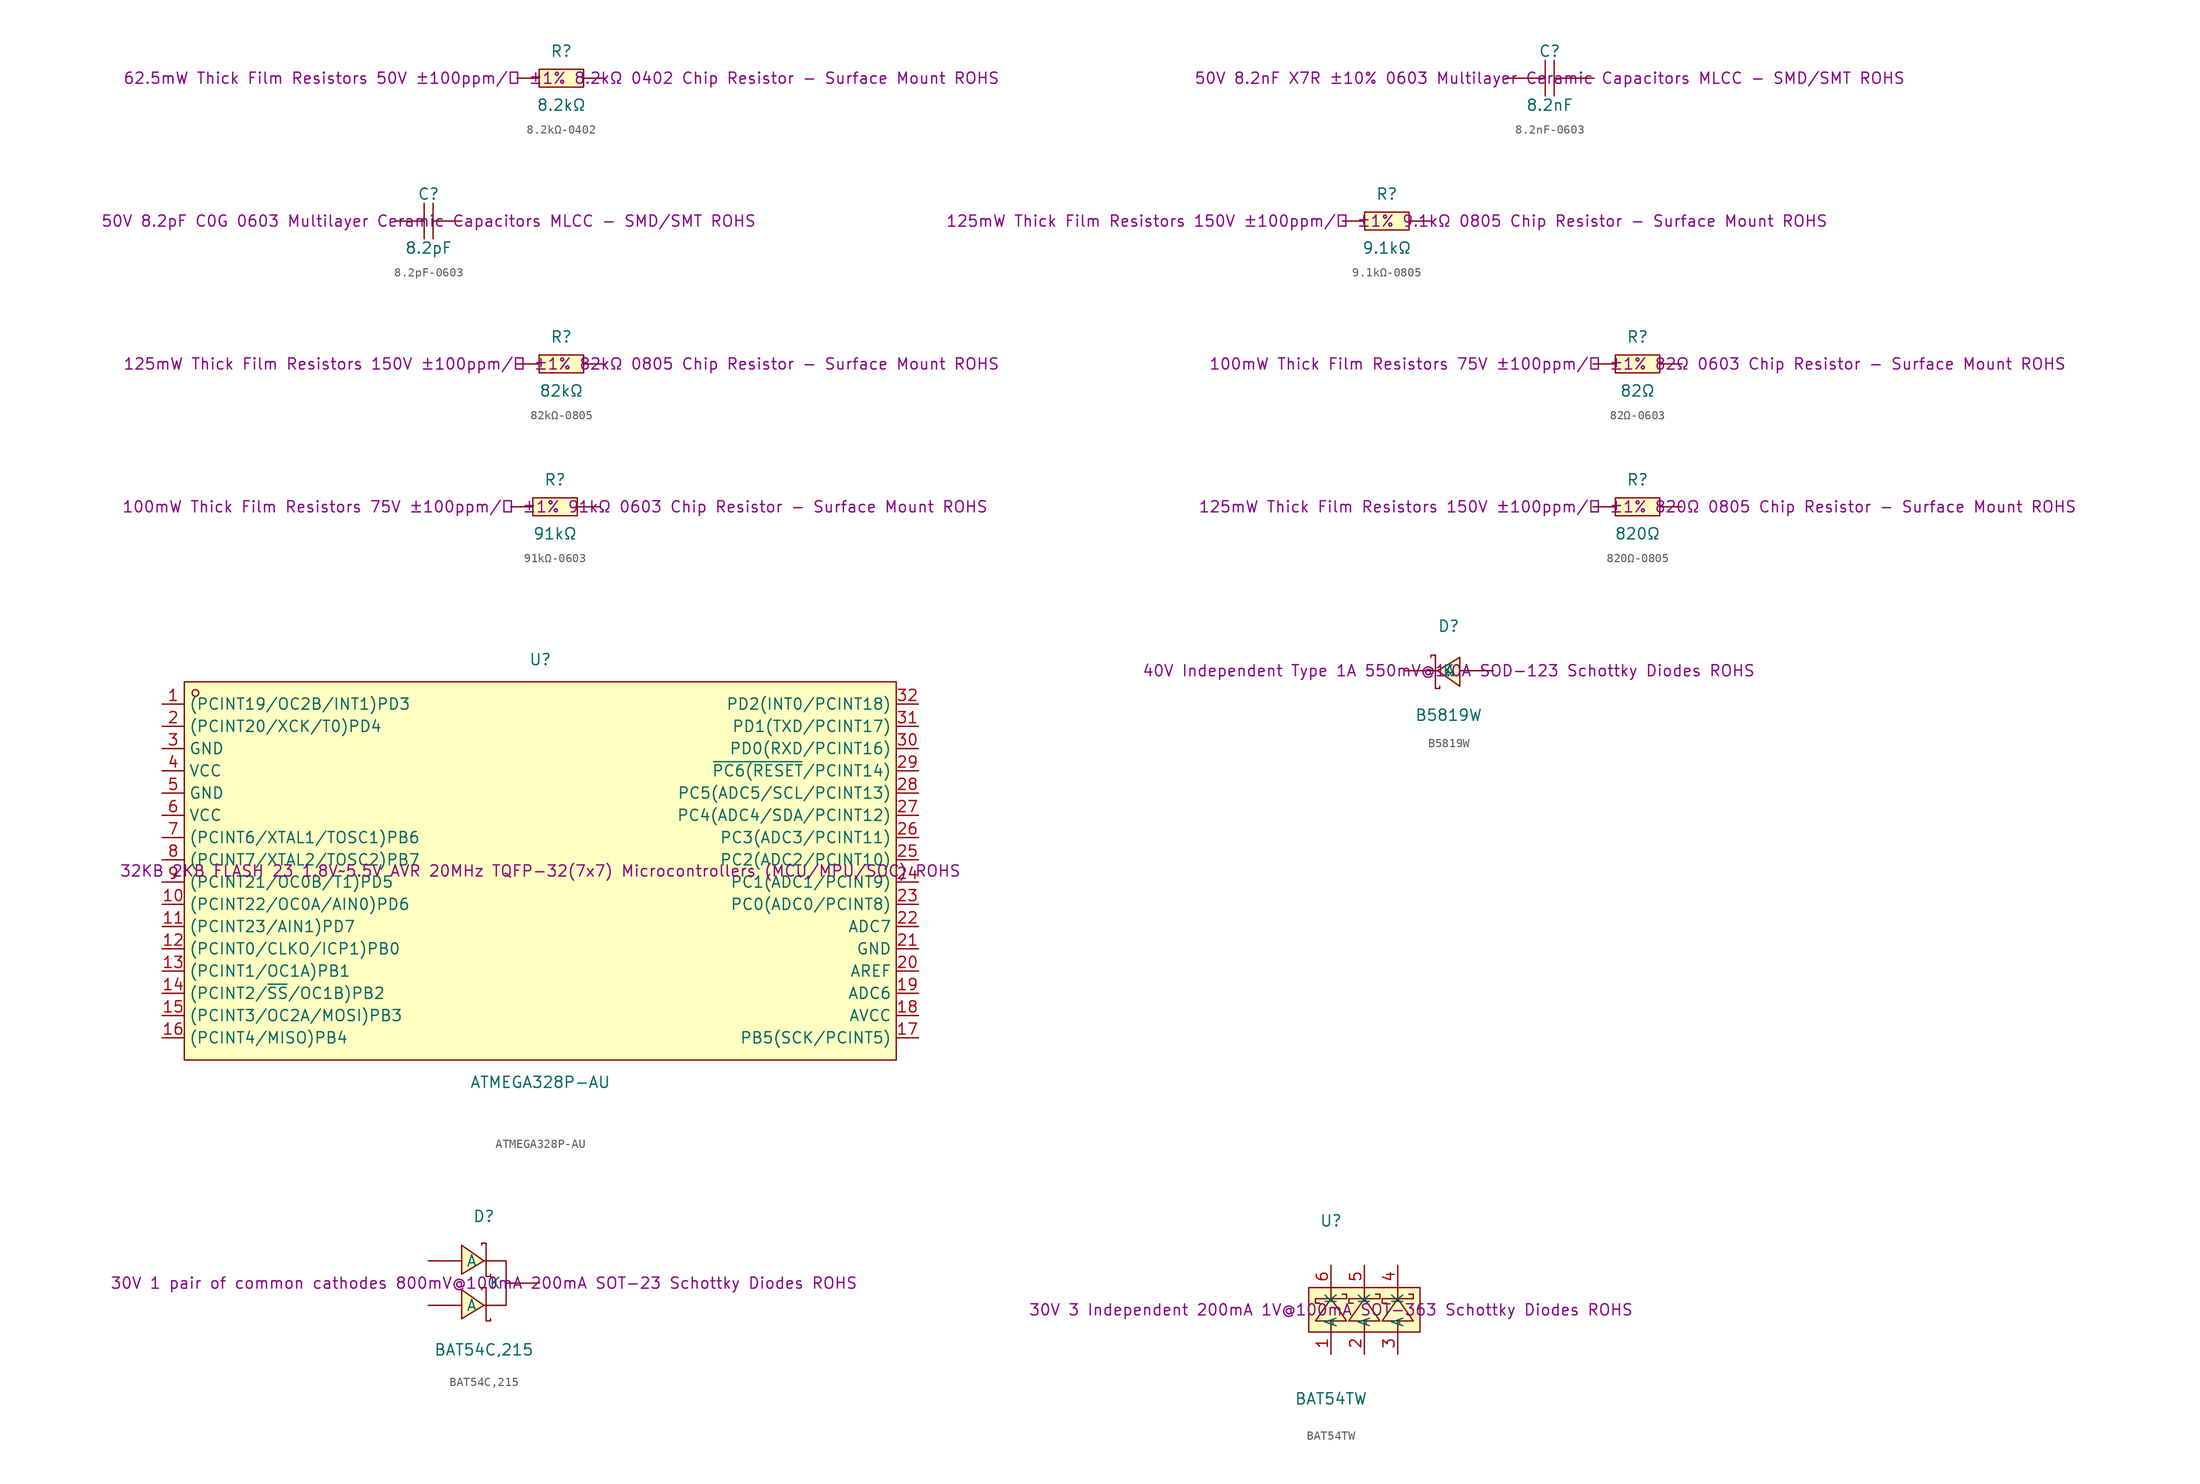
<source format=kicad_sym>
(kicad_symbol_lib
  (version 20241209)
  (generator "kicad_symbol_editor")
  (generator_version "9.0")
  (symbol "8.2kΩ-0402"
    (pin_numbers
      (hide yes))
    (pin_names
      (hide yes))
    (property "Reference" "R"
      (at 0 3.08 0)
      (effects (font (size 1.27 1.27))))
    (property "Value" "8.2kΩ"
      (at 0 -3.08 0)
      (effects (font (size 1.27 1.27))))
    (property "Description" "62.5mW Thick Film Resistors 50V ±100ppm/℃ ±1% 8.2kΩ 0402 Chip Resistor - Surface Mount ROHS"
      (at 0 0 0)
      (effects (font (size 1.27 1.27))))
    (symbol "8.2kΩ-0402_0_1"
      (rectangle (start -2.54 1.02) (end 2.54 -1.02) (stroke (width 0) (type default)) (fill (type background)))
      (pin input line (at -5.08 0 0) (length 2.54) (name "1" (effects (font (size 1.27 1.27)))) (number "1" (effects (font (size 1.27 1.27)))))
      (pin input line (at 5.08 0 180) (length 2.54) (name "2" (effects (font (size 1.27 1.27)))) (number "2" (effects (font (size 1.27 1.27)))))))
  (symbol "8.2nF-0603"
    (pin_numbers
      (hide yes))
    (pin_names
      (hide yes))
    (property "Reference" "C"
      (at 0 3.08 0)
      (effects (font (size 1.27 1.27))))
    (property "Value" "8.2nF"
      (at 0 -3.08 0)
      (effects (font (size 1.27 1.27))))
    (property "Description" "50V 8.2nF X7R ±10% 0603 Multilayer Ceramic Capacitors MLCC - SMD/SMT ROHS"
      (at 0 0 0)
      (effects (font (size 1.27 1.27))))
    (symbol "8.2nF-0603_0_1"
      (polyline (pts (xy -0.51 0) (xy -2.54 0)) (stroke (width 0) (type default)) (fill (type none)))
      (polyline (pts (xy -0.51 -2.03) (xy -0.51 2.03)) (stroke (width 0) (type default)) (fill (type none)))
      (polyline (pts (xy 0.51 2.03) (xy 0.51 -2.03)) (stroke (width 0) (type default)) (fill (type none)))
      (polyline (pts (xy 2.54 0) (xy 0.51 0)) (stroke (width 0) (type default)) (fill (type none)))
      (pin unspecified line (at -5.08 0 0) (length 2.54) (name "1" (effects (font (size 1.27 1.27)))) (number "1" (effects (font (size 1.27 1.27)))))
      (pin unspecified line (at 5.08 0 180) (length 2.54) (name "2" (effects (font (size 1.27 1.27)))) (number "2" (effects (font (size 1.27 1.27)))))))
  (symbol "8.2pF-0603"
    (pin_numbers
      (hide yes))
    (pin_names
      (hide yes))
    (property "Reference" "C"
      (at 0 3.08 0)
      (effects (font (size 1.27 1.27))))
    (property "Value" "8.2pF"
      (at 0 -3.08 0)
      (effects (font (size 1.27 1.27))))
    (property "Description" "50V 8.2pF C0G 0603 Multilayer Ceramic Capacitors MLCC - SMD/SMT ROHS"
      (at 0 0 0)
      (effects (font (size 1.27 1.27))))
    (symbol "8.2pF-0603_0_1"
      (polyline (pts (xy -1.27 0) (xy -0.51 0)) (stroke (width 0) (type default)) (fill (type none)))
      (polyline (pts (xy -0.51 2.03) (xy -0.51 -2.03)) (stroke (width 0) (type default)) (fill (type none)))
      (polyline (pts (xy 0.51 2.03) (xy 0.51 -2.03)) (stroke (width 0) (type default)) (fill (type none)))
      (polyline (pts (xy 0.51 0) (xy 1.27 0)) (stroke (width 0) (type default)) (fill (type none)))
      (pin input line (at -3.81 0 0) (length 2.54) (name "1" (effects (font (size 1.27 1.27)))) (number "1" (effects (font (size 1.27 1.27)))))
      (pin input line (at 3.81 0 180) (length 2.54) (name "2" (effects (font (size 1.27 1.27)))) (number "2" (effects (font (size 1.27 1.27)))))))
  (symbol "9.1kΩ-0805"
    (pin_numbers
      (hide yes))
    (pin_names
      (hide yes))
    (property "Reference" "R"
      (at 0 3.08 0)
      (effects (font (size 1.27 1.27))))
    (property "Value" "9.1kΩ"
      (at 0 -3.08 0)
      (effects (font (size 1.27 1.27))))
    (property "Description" "125mW Thick Film Resistors 150V ±100ppm/℃ ±1% 9.1kΩ 0805 Chip Resistor - Surface Mount ROHS"
      (at 0 0 0)
      (effects (font (size 1.27 1.27))))
    (symbol "9.1kΩ-0805_0_1"
      (rectangle (start -2.54 1.02) (end 2.54 -1.02) (stroke (width 0) (type default)) (fill (type background)))
      (pin input line (at -5.08 0 0) (length 2.54) (name "1" (effects (font (size 1.27 1.27)))) (number "1" (effects (font (size 1.27 1.27)))))
      (pin input line (at 5.08 0 180) (length 2.54) (name "2" (effects (font (size 1.27 1.27)))) (number "2" (effects (font (size 1.27 1.27)))))))
  (symbol "82kΩ-0805"
    (pin_numbers
      (hide yes))
    (pin_names
      (hide yes))
    (property "Reference" "R"
      (at 0 3.08 0)
      (effects (font (size 1.27 1.27))))
    (property "Value" "82kΩ"
      (at 0 -3.08 0)
      (effects (font (size 1.27 1.27))))
    (property "Description" "125mW Thick Film Resistors 150V ±100ppm/℃ ±1% 82kΩ 0805 Chip Resistor - Surface Mount ROHS"
      (at 0 0 0)
      (effects (font (size 1.27 1.27))))
    (symbol "82kΩ-0805_0_1"
      (rectangle (start -2.54 1.02) (end 2.54 -1.02) (stroke (width 0) (type default)) (fill (type background)))
      (pin input line (at -5.08 0 0) (length 2.54) (name "1" (effects (font (size 1.27 1.27)))) (number "1" (effects (font (size 1.27 1.27)))))
      (pin input line (at 5.08 0 180) (length 2.54) (name "2" (effects (font (size 1.27 1.27)))) (number "2" (effects (font (size 1.27 1.27)))))))
  (symbol "82Ω-0603"
    (pin_numbers
      (hide yes))
    (pin_names
      (hide yes))
    (property "Reference" "R"
      (at 0 3.08 0)
      (effects (font (size 1.27 1.27))))
    (property "Value" "82Ω"
      (at 0 -3.08 0)
      (effects (font (size 1.27 1.27))))
    (property "Description" "100mW Thick Film Resistors 75V ±100ppm/℃ ±1% 82Ω 0603 Chip Resistor - Surface Mount ROHS"
      (at 0 0 0)
      (effects (font (size 1.27 1.27))))
    (symbol "82Ω-0603_0_1"
      (rectangle (start -2.54 1.02) (end 2.54 -1.02) (stroke (width 0) (type default)) (fill (type background)))
      (pin input line (at -5.08 0 0) (length 2.54) (name "1" (effects (font (size 1.27 1.27)))) (number "1" (effects (font (size 1.27 1.27)))))
      (pin input line (at 5.08 0 180) (length 2.54) (name "2" (effects (font (size 1.27 1.27)))) (number "2" (effects (font (size 1.27 1.27)))))))
  (symbol "91kΩ-0603"
    (pin_numbers
      (hide yes))
    (pin_names
      (hide yes))
    (property "Reference" "R"
      (at 0 3.08 0)
      (effects (font (size 1.27 1.27))))
    (property "Value" "91kΩ"
      (at 0 -3.08 0)
      (effects (font (size 1.27 1.27))))
    (property "Description" "100mW Thick Film Resistors 75V ±100ppm/℃ ±1% 91kΩ 0603 Chip Resistor - Surface Mount ROHS"
      (at 0 0 0)
      (effects (font (size 1.27 1.27))))
    (symbol "91kΩ-0603_0_1"
      (rectangle (start -2.54 1.02) (end 2.54 -1.02) (stroke (width 0) (type default)) (fill (type background)))
      (pin input line (at -5.08 0 0) (length 2.54) (name "1" (effects (font (size 1.27 1.27)))) (number "1" (effects (font (size 1.27 1.27)))))
      (pin input line (at 5.08 0 180) (length 2.54) (name "2" (effects (font (size 1.27 1.27)))) (number "2" (effects (font (size 1.27 1.27)))))))
  (symbol "820Ω-0805"
    (pin_numbers
      (hide yes))
    (pin_names
      (hide yes))
    (property "Reference" "R"
      (at 0 3.08 0)
      (effects (font (size 1.27 1.27))))
    (property "Value" "820Ω"
      (at 0 -3.08 0)
      (effects (font (size 1.27 1.27))))
    (property "Description" "125mW Thick Film Resistors 150V ±100ppm/℃ ±1% 820Ω 0805 Chip Resistor - Surface Mount ROHS"
      (at 0 0 0)
      (effects (font (size 1.27 1.27))))
    (symbol "820Ω-0805_0_1"
      (rectangle (start -2.54 1.02) (end 2.54 -1.02) (stroke (width 0) (type default)) (fill (type background)))
      (pin input line (at -5.08 0 0) (length 2.54) (name "1" (effects (font (size 1.27 1.27)))) (number "1" (effects (font (size 1.27 1.27)))))
      (pin input line (at 5.08 0 180) (length 2.54) (name "2" (effects (font (size 1.27 1.27)))) (number "2" (effects (font (size 1.27 1.27)))))))
  (symbol "ATMEGA328P-AU"
    (property "Reference" "U"
      (at 0 24.13 0)
      (effects (font (size 1.27 1.27))))
    (property "Value" "ATMEGA328P-AU"
      (at 0 -24.13 0)
      (effects (font (size 1.27 1.27))))
    (property "Description" "32KB 2KB FLASH 23 1.8V~5.5V AVR 20MHz TQFP-32(7x7) Microcontrollers (MCU/MPU/SOC) ROHS"
      (at 0 0 0)
      (effects (font (size 1.27 1.27))))
    (symbol "ATMEGA328P-AU_0_1"
      (rectangle (start -40.64 21.59) (end 40.64 -21.59) (stroke (width 0) (type default)) (fill (type background)))
      (circle (center -39.37 20.32) (radius 0.38) (stroke (width 0) (type default)) (fill (type none)))
      (pin unspecified line (at -43.18 19.05 0) (length 2.54) (name "(PCINT19/OC2B/INT1)PD3" (effects (font (size 1.27 1.27)))) (number "1" (effects (font (size 1.27 1.27)))))
      (pin unspecified line (at -43.18 16.51 0) (length 2.54) (name "(PCINT20/XCK/T0)PD4" (effects (font (size 1.27 1.27)))) (number "2" (effects (font (size 1.27 1.27)))))
      (pin unspecified line (at -43.18 13.97 0) (length 2.54) (name "GND" (effects (font (size 1.27 1.27)))) (number "3" (effects (font (size 1.27 1.27)))))
      (pin unspecified line (at -43.18 11.43 0) (length 2.54) (name "VCC" (effects (font (size 1.27 1.27)))) (number "4" (effects (font (size 1.27 1.27)))))
      (pin unspecified line (at -43.18 8.89 0) (length 2.54) (name "GND" (effects (font (size 1.27 1.27)))) (number "5" (effects (font (size 1.27 1.27)))))
      (pin unspecified line (at -43.18 6.35 0) (length 2.54) (name "VCC" (effects (font (size 1.27 1.27)))) (number "6" (effects (font (size 1.27 1.27)))))
      (pin unspecified line (at -43.18 3.81 0) (length 2.54) (name "(PCINT6/XTAL1/TOSC1)PB6" (effects (font (size 1.27 1.27)))) (number "7" (effects (font (size 1.27 1.27)))))
      (pin unspecified line (at -43.18 1.27 0) (length 2.54) (name "(PCINT7/XTAL2/TOSC2)PB7" (effects (font (size 1.27 1.27)))) (number "8" (effects (font (size 1.27 1.27)))))
      (pin unspecified line (at -43.18 -1.27 0) (length 2.54) (name "(PCINT21/OC0B/T1)PD5" (effects (font (size 1.27 1.27)))) (number "9" (effects (font (size 1.27 1.27)))))
      (pin unspecified line (at -43.18 -3.81 0) (length 2.54) (name "(PCINT22/OC0A/AIN0)PD6" (effects (font (size 1.27 1.27)))) (number "10" (effects (font (size 1.27 1.27)))))
      (pin unspecified line (at -43.18 -6.35 0) (length 2.54) (name "(PCINT23/AIN1)PD7" (effects (font (size 1.27 1.27)))) (number "11" (effects (font (size 1.27 1.27)))))
      (pin unspecified line (at -43.18 -8.89 0) (length 2.54) (name "(PCINT0/CLKO/ICP1)PB0" (effects (font (size 1.27 1.27)))) (number "12" (effects (font (size 1.27 1.27)))))
      (pin unspecified line (at -43.18 -11.43 0) (length 2.54) (name "(PCINT1/OC1A)PB1" (effects (font (size 1.27 1.27)))) (number "13" (effects (font (size 1.27 1.27)))))
      (pin unspecified line (at -43.18 -13.97 0) (length 2.54) (name "(PCINT2/~{SS}/OC1B)PB2" (effects (font (size 1.27 1.27)))) (number "14" (effects (font (size 1.27 1.27)))))
      (pin unspecified line (at -43.18 -16.51 0) (length 2.54) (name "(PCINT3/OC2A/MOSI)PB3" (effects (font (size 1.27 1.27)))) (number "15" (effects (font (size 1.27 1.27)))))
      (pin unspecified line (at -43.18 -19.05 0) (length 2.54) (name "(PCINT4/MISO)PB4" (effects (font (size 1.27 1.27)))) (number "16" (effects (font (size 1.27 1.27)))))
      (pin unspecified line (at 43.18 19.05 180) (length 2.54) (name "PD2(INT0/PCINT18)" (effects (font (size 1.27 1.27)))) (number "32" (effects (font (size 1.27 1.27)))))
      (pin unspecified line (at 43.18 16.51 180) (length 2.54) (name "PD1(TXD/PCINT17)" (effects (font (size 1.27 1.27)))) (number "31" (effects (font (size 1.27 1.27)))))
      (pin unspecified line (at 43.18 13.97 180) (length 2.54) (name "PD0(RXD/PCINT16)" (effects (font (size 1.27 1.27)))) (number "30" (effects (font (size 1.27 1.27)))))
      (pin unspecified line (at 43.18 11.43 180) (length 2.54) (name "~{PC6(RESET}/PCINT14)" (effects (font (size 1.27 1.27)))) (number "29" (effects (font (size 1.27 1.27)))))
      (pin unspecified line (at 43.18 8.89 180) (length 2.54) (name "PC5(ADC5/SCL/PCINT13)" (effects (font (size 1.27 1.27)))) (number "28" (effects (font (size 1.27 1.27)))))
      (pin unspecified line (at 43.18 6.35 180) (length 2.54) (name "PC4(ADC4/SDA/PCINT12)" (effects (font (size 1.27 1.27)))) (number "27" (effects (font (size 1.27 1.27)))))
      (pin unspecified line (at 43.18 3.81 180) (length 2.54) (name "PC3(ADC3/PCINT11)" (effects (font (size 1.27 1.27)))) (number "26" (effects (font (size 1.27 1.27)))))
      (pin unspecified line (at 43.18 1.27 180) (length 2.54) (name "PC2(ADC2/PCINT10)" (effects (font (size 1.27 1.27)))) (number "25" (effects (font (size 1.27 1.27)))))
      (pin unspecified line (at 43.18 -1.27 180) (length 2.54) (name "PC1(ADC1/PCINT9)" (effects (font (size 1.27 1.27)))) (number "24" (effects (font (size 1.27 1.27)))))
      (pin unspecified line (at 43.18 -3.81 180) (length 2.54) (name "PC0(ADC0/PCINT8)" (effects (font (size 1.27 1.27)))) (number "23" (effects (font (size 1.27 1.27)))))
      (pin unspecified line (at 43.18 -6.35 180) (length 2.54) (name "ADC7" (effects (font (size 1.27 1.27)))) (number "22" (effects (font (size 1.27 1.27)))))
      (pin unspecified line (at 43.18 -8.89 180) (length 2.54) (name "GND" (effects (font (size 1.27 1.27)))) (number "21" (effects (font (size 1.27 1.27)))))
      (pin unspecified line (at 43.18 -11.43 180) (length 2.54) (name "AREF" (effects (font (size 1.27 1.27)))) (number "20" (effects (font (size 1.27 1.27)))))
      (pin unspecified line (at 43.18 -13.97 180) (length 2.54) (name "ADC6" (effects (font (size 1.27 1.27)))) (number "19" (effects (font (size 1.27 1.27)))))
      (pin unspecified line (at 43.18 -16.51 180) (length 2.54) (name "AVCC" (effects (font (size 1.27 1.27)))) (number "18" (effects (font (size 1.27 1.27)))))
      (pin unspecified line (at 43.18 -19.05 180) (length 2.54) (name "PB5(SCK/PCINT5)" (effects (font (size 1.27 1.27)))) (number "17" (effects (font (size 1.27 1.27)))))))
  (symbol "B5819W"
    (pin_numbers
      (hide yes))
    (property "Reference" "D"
      (at 0 5.08 0)
      (effects (font (size 1.27 1.27))))
    (property "Value" "B5819W"
      (at 0 -5.08 0)
      (effects (font (size 1.27 1.27))))
    (property "Description" "40V Independent Type 1A 550mV@1.0A SOD-123 Schottky Diodes ROHS"
      (at 0 0 0)
      (effects (font (size 1.27 1.27))))
    (symbol "B5819W_0_1"
      (polyline (pts (xy -2.03 1.52) (xy -2.03 1.78) (xy -1.52 1.78) (xy -1.52 -2.03) (xy -1.02 -2.03) (xy -1.02 -1.78)) (stroke (width 0) (type default)) (fill (type none)))
      (polyline (pts (xy 1.27 1.52) (xy -1.27 0) (xy 1.27 -1.78) (xy 1.27 1.52)) (stroke (width 0) (type default)) (fill (type background)))
      (pin unspecified line (at -5.08 0 0) (length 3.81) (name "K" (effects (font (size 1.27 1.27)))) (number "1" (effects (font (size 1.27 1.27)))))
      (pin unspecified line (at 5.08 0 180) (length 3.81) (name "A" (effects (font (size 1.27 1.27)))) (number "2" (effects (font (size 1.27 1.27)))))))
  (symbol "BAT54C,215"
    (pin_numbers
      (hide yes))
    (property "Reference" "D"
      (at 0 7.62 0)
      (effects (font (size 1.27 1.27))))
    (property "Value" "BAT54C,215"
      (at 0 -7.62 0)
      (effects (font (size 1.27 1.27))))
    (property "Description" "30V 1 pair of common cathodes 800mV@100mA 200mA SOT-23 Schottky Diodes ROHS"
      (at 0 0 0)
      (effects (font (size 1.27 1.27))))
    (symbol "BAT54C,215_0_1"
      (polyline (pts (xy -2.54 1.02) (xy 0 2.54) (xy -2.54 4.32) (xy -2.54 1.02)) (stroke (width 0) (type default)) (fill (type background)))
      (polyline (pts (xy -2.54 -4.06) (xy 0 -2.54) (xy -2.54 -0.76) (xy -2.54 -4.06)) (stroke (width 0) (type default)) (fill (type background)))
      (polyline (pts (xy 0 2.54) (xy 2.54 2.54) (xy 2.54 -2.54) (xy 0 -2.54)) (stroke (width 0) (type default)) (fill (type none)))
      (polyline (pts (xy 0.76 1.02) (xy 0.76 0.76) (xy 0.25 0.76) (xy 0.25 4.57) (xy -0.25 4.57) (xy -0.25 4.32)) (stroke (width 0) (type default)) (fill (type none)))
      (polyline (pts (xy 0.76 -4.06) (xy 0.76 -4.32) (xy 0.25 -4.32) (xy 0.25 -0.51) (xy -0.25 -0.51) (xy -0.25 -0.76)) (stroke (width 0) (type default)) (fill (type none)))
      (pin unspecified line (at -6.35 2.54 0) (length 3.81) (name "A" (effects (font (size 1.27 1.27)))) (number "1" (effects (font (size 1.27 1.27)))))
      (pin unspecified line (at -6.35 -2.54 0) (length 3.81) (name "A" (effects (font (size 1.27 1.27)))) (number "2" (effects (font (size 1.27 1.27)))))
      (pin unspecified line (at 6.35 0 180) (length 3.81) (name "K" (effects (font (size 1.27 1.27)))) (number "3" (effects (font (size 1.27 1.27)))))))
  (symbol "BAT54TW"
    (property "Reference" "U"
      (at 0 10.16 0)
      (effects (font (size 1.27 1.27))))
    (property "Value" "BAT54TW"
      (at 0 -10.16 0)
      (effects (font (size 1.27 1.27))))
    (property "Description" "30V 3 Independent 200mA 1V@100mA SOT-363 Schottky Diodes ROHS"
      (at 0 0 0)
      (effects (font (size 1.27 1.27))))
    (symbol "BAT54TW_0_1"
      (rectangle (start -2.54 2.54) (end 10.16 -2.54) (stroke (width 0) (type default)) (fill (type background)))
      (polyline (pts (xy 0 1.27) (xy 0 2.54)) (stroke (width 0) (type default)) (fill (type none)))
      (polyline (pts (xy 0 -2.54) (xy 0 -1.27)) (stroke (width 0) (type default)) (fill (type none)))
      (polyline (pts (xy 1.27 1.78) (xy 1.78 1.78) (xy 1.78 1.27) (xy -1.78 1.27) (xy -1.78 0.76) (xy -1.27 0.76)) (stroke (width 0) (type default)) (fill (type none)))
      (polyline (pts (xy 1.78 -1.27) (xy 0 1.27) (xy -1.78 -1.27) (xy 1.78 -1.27)) (stroke (width 0) (type default)) (fill (type background)))
      (polyline (pts (xy 3.81 1.27) (xy 3.81 2.54)) (stroke (width 0) (type default)) (fill (type none)))
      (polyline (pts (xy 3.81 -2.54) (xy 3.81 -1.27)) (stroke (width 0) (type default)) (fill (type none)))
      (polyline (pts (xy 5.08 1.78) (xy 5.59 1.78) (xy 5.59 1.27) (xy 2.03 1.27) (xy 2.03 0.76) (xy 2.54 0.76)) (stroke (width 0) (type default)) (fill (type none)))
      (polyline (pts (xy 5.59 -1.27) (xy 3.81 1.27) (xy 2.03 -1.27) (xy 5.59 -1.27)) (stroke (width 0) (type default)) (fill (type background)))
      (polyline (pts (xy 7.62 1.27) (xy 7.62 2.54)) (stroke (width 0) (type default)) (fill (type none)))
      (polyline (pts (xy 7.62 -2.54) (xy 7.62 -1.27)) (stroke (width 0) (type default)) (fill (type none)))
      (polyline (pts (xy 8.89 1.78) (xy 9.4 1.78) (xy 9.4 1.27) (xy 5.84 1.27) (xy 5.84 0.76) (xy 6.35 0.76)) (stroke (width 0) (type default)) (fill (type none)))
      (polyline (pts (xy 9.4 -1.27) (xy 7.62 1.27) (xy 5.84 -1.27) (xy 9.4 -1.27)) (stroke (width 0) (type default)) (fill (type background)))
      (pin unspecified line (at 0 5.08 270) (length 2.54) (name "K" (effects (font (size 1.27 1.27)))) (number "6" (effects (font (size 1.27 1.27)))))
      (pin unspecified line (at 0 -5.08 90) (length 2.54) (name "A" (effects (font (size 1.27 1.27)))) (number "1" (effects (font (size 1.27 1.27)))))
      (pin unspecified line (at 3.81 5.08 270) (length 2.54) (name "K" (effects (font (size 1.27 1.27)))) (number "5" (effects (font (size 1.27 1.27)))))
      (pin unspecified line (at 3.81 -5.08 90) (length 2.54) (name "A" (effects (font (size 1.27 1.27)))) (number "2" (effects (font (size 1.27 1.27)))))
      (pin unspecified line (at 7.62 5.08 270) (length 2.54) (name "K" (effects (font (size 1.27 1.27)))) (number "4" (effects (font (size 1.27 1.27)))))
      (pin unspecified line (at 7.62 -5.08 90) (length 2.54) (name "A" (effects (font (size 1.27 1.27)))) (number "3" (effects (font (size 1.27 1.27))))))))
</source>
